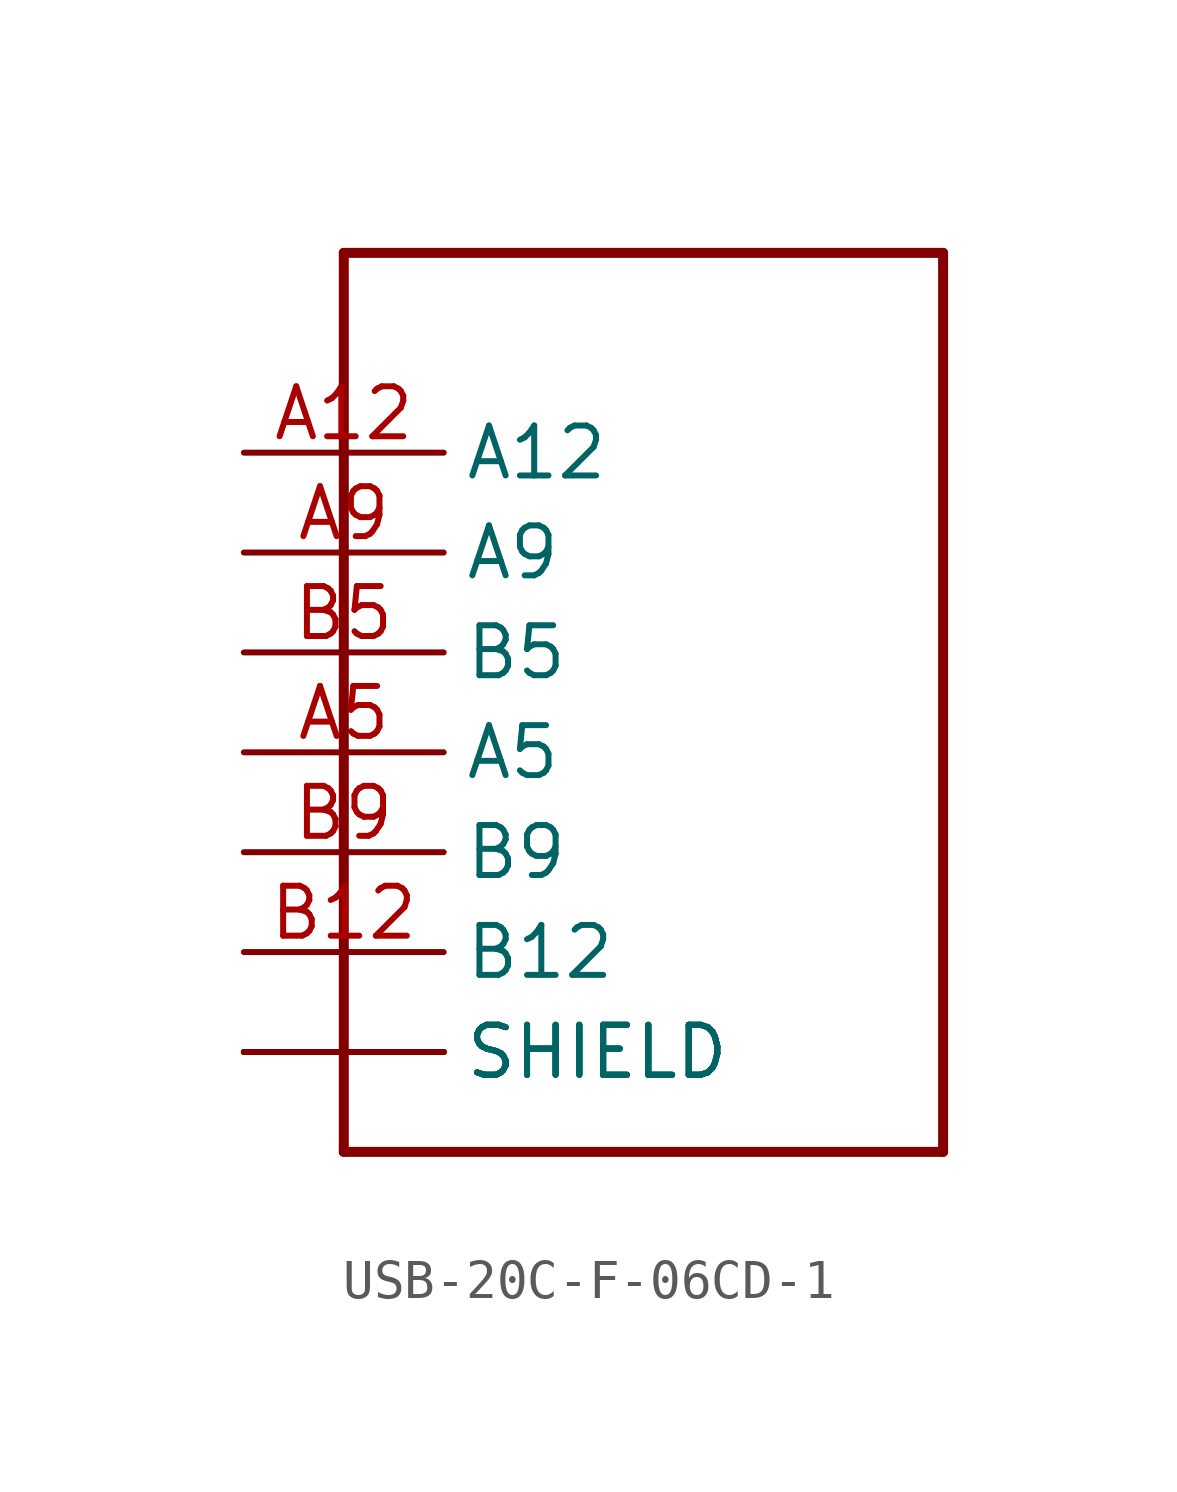
<source format=kicad_sym>
(kicad_symbol_lib
  (version 20231120)
  (generator "kicad_symbol_editor")
  (generator_version "8.0")
  (symbol "USB-20C-F-06CD-1"
    (property "Reference" ""
      (at -7.62 15.24 0)
      (effects (font (size 1.778 1.511)) (justify left bottom) (hide yes)))
    (property "ki_locked" ""
      (at 0 0 0)
      (effects (font (size 1.27 1.27))))
    (symbol "USB-20C-F-06CD-1_1_0"
      (polyline (pts (xy -10.16 -10.16) (xy 5.08 -10.16)) (stroke (width 0.254) (type solid)) (fill (type none)))
      (polyline (pts (xy -10.16 12.7) (xy -10.16 -10.16)) (stroke (width 0.254) (type solid)) (fill (type none)))
      (polyline (pts (xy 5.08 -10.16) (xy 5.08 12.7)) (stroke (width 0.254) (type solid)) (fill (type none)))
      (polyline (pts (xy 5.08 12.7) (xy -10.16 12.7)) (stroke (width 0.254) (type solid)) (fill (type none)))
      (pin bidirectional line (at -12.7 7.62 0) (length 5.08) (name "A12" (effects (font (size 1.27 1.27)))) (number "A12" (effects (font (size 1.27 1.27)))))
      (pin bidirectional line (at -12.7 0 0) (length 5.08) (name "A5" (effects (font (size 1.27 1.27)))) (number "A5" (effects (font (size 1.27 1.27)))))
      (pin bidirectional line (at -12.7 5.08 0) (length 5.08) (name "A9" (effects (font (size 1.27 1.27)))) (number "A9" (effects (font (size 1.27 1.27)))))
      (pin bidirectional line (at -12.7 -5.08 0) (length 5.08) (name "B12" (effects (font (size 1.27 1.27)))) (number "B12" (effects (font (size 1.27 1.27)))))
      (pin bidirectional line (at -12.7 2.54 0) (length 5.08) (name "B5" (effects (font (size 1.27 1.27)))) (number "B5" (effects (font (size 1.27 1.27)))))
      (pin bidirectional line (at -12.7 -2.54 0) (length 5.08) (name "B9" (effects (font (size 1.27 1.27)))) (number "B9" (effects (font (size 1.27 1.27)))))
      (pin bidirectional line (at -12.7 -7.62 0) (length 5.08) (name "SHIELD" (effects (font (size 1.27 1.27)))) (number "P$1" (effects (font (size 0 0)))))
      (pin bidirectional line (at -12.7 -7.62 0) (length 5.08) (name "SHIELD" (effects (font (size 1.27 1.27)))) (number "P$2" (effects (font (size 0 0)))))
      (pin bidirectional line (at -12.7 -7.62 0) (length 5.08) (name "SHIELD" (effects (font (size 1.27 1.27)))) (number "P$3" (effects (font (size 0 0)))))
      (pin bidirectional line (at -12.7 -7.62 0) (length 5.08) (name "SHIELD" (effects (font (size 1.27 1.27)))) (number "P$4" (effects (font (size 0 0))))))))
</source>
